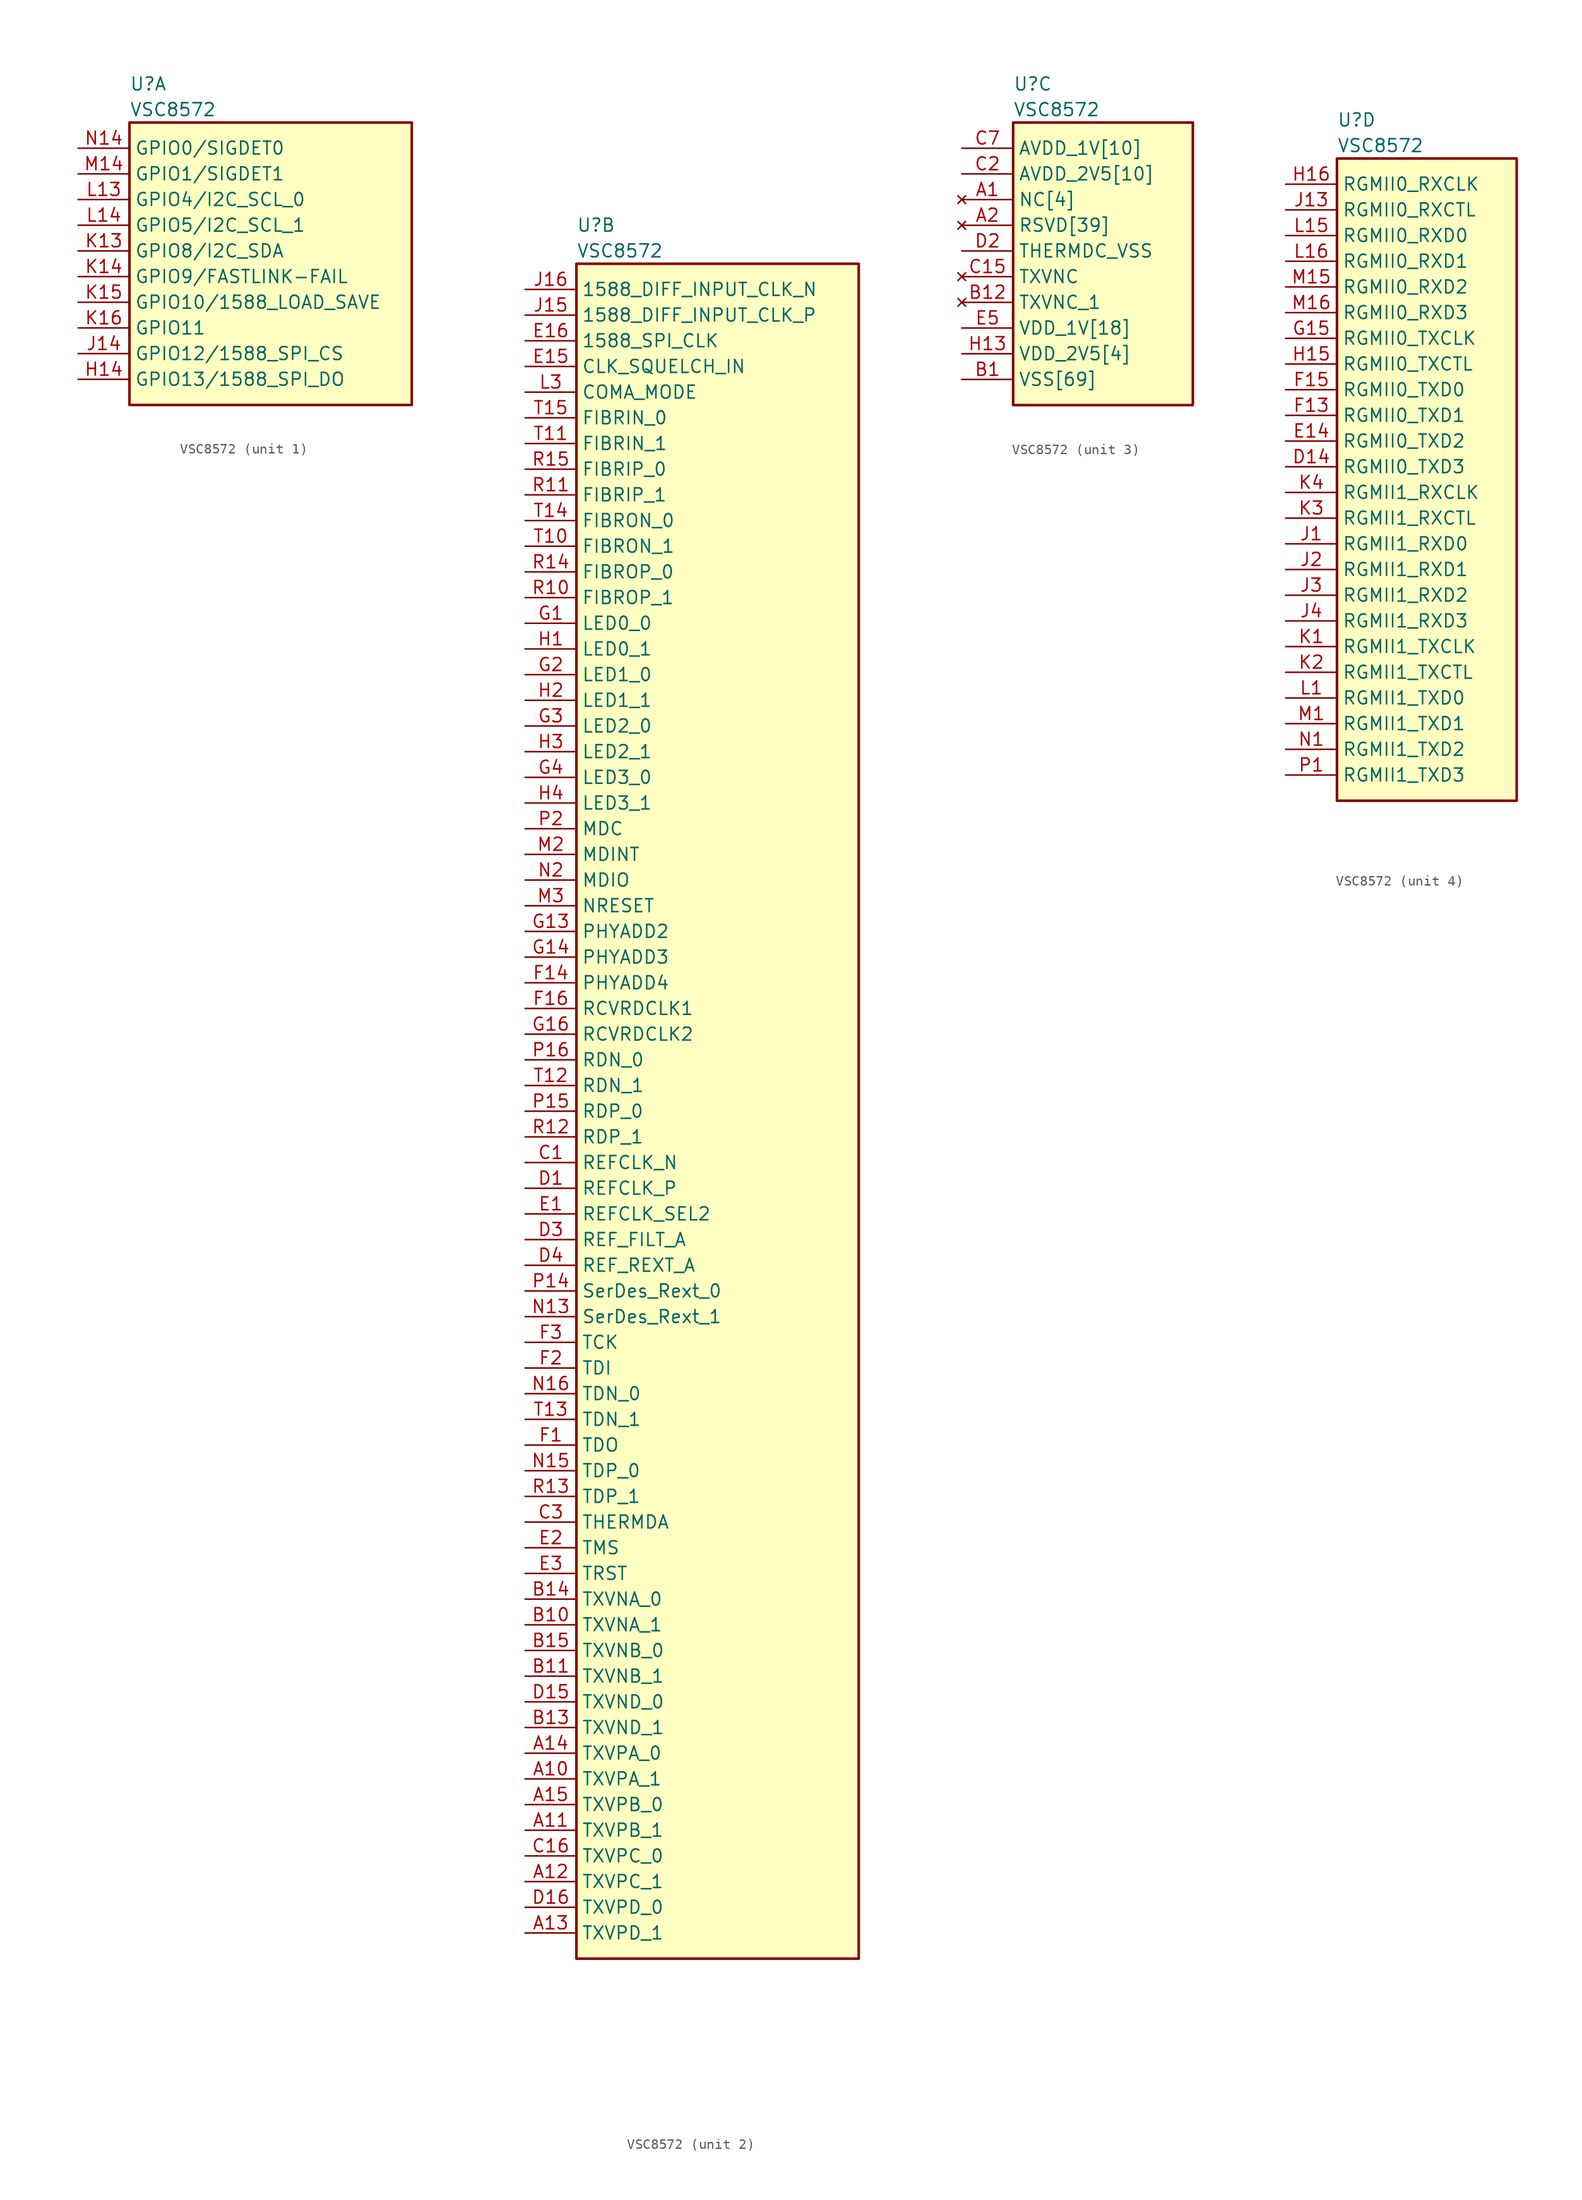
<source format=kicad_sym>
(kicad_symbol_lib
  (version 20211014)
  (generator kicad_symbol_editor)
  (symbol "﻿VSC8572"
    (property "Reference" "U"
      (at 5.08 6.35 0)
      (effects (font (size 1.27 1.27)) (justify left)))
    (property "Value" "﻿VSC8572"
      (at 5.08 3.81 0)
      (effects (font (size 1.27 1.27)) (justify left)))
    (property "ki_locked" ""
      (at 0 0 0)
      (effects (font (size 1.27 1.27))))
    (symbol "﻿VSC8572_1_1"
      (rectangle (start 5.08 2.54) (end 33.02 -25.4) (stroke (width 0.254) (type default) (color 0 0 0 0)) (fill (type background)))
      (pin bidirectional line (at 0 -22.86 0) (length 5.08) (name "GPIO13/1588_SPI_DO" (effects (font (size 1.27 1.27)))) (number "H14" (effects (font (size 1.27 1.27)))))
      (pin bidirectional line (at 0 -20.32 0) (length 5.08) (name "GPIO12/1588_SPI_CS" (effects (font (size 1.27 1.27)))) (number "J14" (effects (font (size 1.27 1.27)))))
      (pin bidirectional line (at 0 -10.16 0) (length 5.08) (name "GPIO8/I2C_SDA" (effects (font (size 1.27 1.27)))) (number "K13" (effects (font (size 1.27 1.27)))))
      (pin bidirectional line (at 0 -12.7 0) (length 5.08) (name "GPIO9/FASTLINK-FAIL" (effects (font (size 1.27 1.27)))) (number "K14" (effects (font (size 1.27 1.27)))))
      (pin bidirectional line (at 0 -15.24 0) (length 5.08) (name "GPIO10/1588_LOAD_SAVE" (effects (font (size 1.27 1.27)))) (number "K15" (effects (font (size 1.27 1.27)))))
      (pin bidirectional line (at 0 -17.78 0) (length 5.08) (name "GPIO11" (effects (font (size 1.27 1.27)))) (number "K16" (effects (font (size 1.27 1.27)))))
      (pin bidirectional line (at 0 -5.08 0) (length 5.08) (name "GPIO4/I2C_SCL_0" (effects (font (size 1.27 1.27)))) (number "L13" (effects (font (size 1.27 1.27)))))
      (pin bidirectional line (at 0 -7.62 0) (length 5.08) (name "GPIO5/I2C_SCL_1" (effects (font (size 1.27 1.27)))) (number "L14" (effects (font (size 1.27 1.27)))))
      (pin bidirectional line (at 0 -2.54 0) (length 5.08) (name "GPIO1/SIGDET1" (effects (font (size 1.27 1.27)))) (number "M14" (effects (font (size 1.27 1.27)))))
      (pin bidirectional line (at 0 0 0) (length 5.08) (name "GPIO0/SIGDET0" (effects (font (size 1.27 1.27)))) (number "N14" (effects (font (size 1.27 1.27))))))
    (symbol "﻿VSC8572_2_1"
      (rectangle (start 5.08 2.54) (end 33.02 -165.1) (stroke (width 0.254) (type default) (color 0 0 0 0)) (fill (type background)))
      (pin bidirectional line (at 0 -147.32 0) (length 5.08) (name "TXVPA_1" (effects (font (size 1.27 1.27)))) (number "A10" (effects (font (size 1.27 1.27)))))
      (pin bidirectional line (at 0 -152.4 0) (length 5.08) (name "TXVPB_1" (effects (font (size 1.27 1.27)))) (number "A11" (effects (font (size 1.27 1.27)))))
      (pin bidirectional line (at 0 -157.48 0) (length 5.08) (name "TXVPC_1" (effects (font (size 1.27 1.27)))) (number "A12" (effects (font (size 1.27 1.27)))))
      (pin bidirectional line (at 0 -162.56 0) (length 5.08) (name "TXVPD_1" (effects (font (size 1.27 1.27)))) (number "A13" (effects (font (size 1.27 1.27)))))
      (pin bidirectional line (at 0 -144.78 0) (length 5.08) (name "TXVPA_0" (effects (font (size 1.27 1.27)))) (number "A14" (effects (font (size 1.27 1.27)))))
      (pin bidirectional line (at 0 -149.86 0) (length 5.08) (name "TXVPB_0" (effects (font (size 1.27 1.27)))) (number "A15" (effects (font (size 1.27 1.27)))))
      (pin bidirectional line (at 0 -132.08 0) (length 5.08) (name "TXVNA_1" (effects (font (size 1.27 1.27)))) (number "B10" (effects (font (size 1.27 1.27)))))
      (pin bidirectional line (at 0 -137.16 0) (length 5.08) (name "TXVNB_1" (effects (font (size 1.27 1.27)))) (number "B11" (effects (font (size 1.27 1.27)))))
      (pin bidirectional line (at 0 -142.24 0) (length 5.08) (name "TXVND_1" (effects (font (size 1.27 1.27)))) (number "B13" (effects (font (size 1.27 1.27)))))
      (pin bidirectional line (at 0 -129.54 0) (length 5.08) (name "TXVNA_0" (effects (font (size 1.27 1.27)))) (number "B14" (effects (font (size 1.27 1.27)))))
      (pin bidirectional line (at 0 -134.62 0) (length 5.08) (name "TXVNB_0" (effects (font (size 1.27 1.27)))) (number "B15" (effects (font (size 1.27 1.27)))))
      (pin bidirectional line (at 0 -86.36 0) (length 5.08) (name "REFCLK_N" (effects (font (size 1.27 1.27)))) (number "C1" (effects (font (size 1.27 1.27)))))
      (pin bidirectional line (at 0 -154.94 0) (length 5.08) (name "TXVPC_0" (effects (font (size 1.27 1.27)))) (number "C16" (effects (font (size 1.27 1.27)))))
      (pin bidirectional line (at 0 -121.92 0) (length 5.08) (name "THERMDA" (effects (font (size 1.27 1.27)))) (number "C3" (effects (font (size 1.27 1.27)))))
      (pin bidirectional line (at 0 -88.9 0) (length 5.08) (name "REFCLK_P" (effects (font (size 1.27 1.27)))) (number "D1" (effects (font (size 1.27 1.27)))))
      (pin bidirectional line (at 0 -139.7 0) (length 5.08) (name "TXVND_0" (effects (font (size 1.27 1.27)))) (number "D15" (effects (font (size 1.27 1.27)))))
      (pin bidirectional line (at 0 -160.02 0) (length 5.08) (name "TXVPD_0" (effects (font (size 1.27 1.27)))) (number "D16" (effects (font (size 1.27 1.27)))))
      (pin bidirectional line (at 0 -93.98 0) (length 5.08) (name "REF_FILT_A" (effects (font (size 1.27 1.27)))) (number "D3" (effects (font (size 1.27 1.27)))))
      (pin bidirectional line (at 0 -96.52 0) (length 5.08) (name "REF_REXT_A" (effects (font (size 1.27 1.27)))) (number "D4" (effects (font (size 1.27 1.27)))))
      (pin bidirectional line (at 0 -91.44 0) (length 5.08) (name "REFCLK_SEL2" (effects (font (size 1.27 1.27)))) (number "E1" (effects (font (size 1.27 1.27)))))
      (pin bidirectional line (at 0 -7.62 0) (length 5.08) (name "CLK_SQUELCH_IN" (effects (font (size 1.27 1.27)))) (number "E15" (effects (font (size 1.27 1.27)))))
      (pin bidirectional line (at 0 -5.08 0) (length 5.08) (name "1588_SPI_CLK" (effects (font (size 1.27 1.27)))) (number "E16" (effects (font (size 1.27 1.27)))))
      (pin bidirectional line (at 0 -124.46 0) (length 5.08) (name "TMS" (effects (font (size 1.27 1.27)))) (number "E2" (effects (font (size 1.27 1.27)))))
      (pin bidirectional line (at 0 -127 0) (length 5.08) (name "TRST" (effects (font (size 1.27 1.27)))) (number "E3" (effects (font (size 1.27 1.27)))))
      (pin bidirectional line (at 0 -114.3 0) (length 5.08) (name "TDO" (effects (font (size 1.27 1.27)))) (number "F1" (effects (font (size 1.27 1.27)))))
      (pin bidirectional line (at 0 -68.58 0) (length 5.08) (name "PHYADD4" (effects (font (size 1.27 1.27)))) (number "F14" (effects (font (size 1.27 1.27)))))
      (pin bidirectional line (at 0 -71.12 0) (length 5.08) (name "RCVRDCLK1" (effects (font (size 1.27 1.27)))) (number "F16" (effects (font (size 1.27 1.27)))))
      (pin bidirectional line (at 0 -106.68 0) (length 5.08) (name "TDI" (effects (font (size 1.27 1.27)))) (number "F2" (effects (font (size 1.27 1.27)))))
      (pin bidirectional line (at 0 -104.14 0) (length 5.08) (name "TCK" (effects (font (size 1.27 1.27)))) (number "F3" (effects (font (size 1.27 1.27)))))
      (pin bidirectional line (at 0 -33.02 0) (length 5.08) (name "LED0_0" (effects (font (size 1.27 1.27)))) (number "G1" (effects (font (size 1.27 1.27)))))
      (pin bidirectional line (at 0 -63.5 0) (length 5.08) (name "PHYADD2" (effects (font (size 1.27 1.27)))) (number "G13" (effects (font (size 1.27 1.27)))))
      (pin bidirectional line (at 0 -66.04 0) (length 5.08) (name "PHYADD3" (effects (font (size 1.27 1.27)))) (number "G14" (effects (font (size 1.27 1.27)))))
      (pin bidirectional line (at 0 -73.66 0) (length 5.08) (name "RCVRDCLK2" (effects (font (size 1.27 1.27)))) (number "G16" (effects (font (size 1.27 1.27)))))
      (pin bidirectional line (at 0 -38.1 0) (length 5.08) (name "LED1_0" (effects (font (size 1.27 1.27)))) (number "G2" (effects (font (size 1.27 1.27)))))
      (pin bidirectional line (at 0 -43.18 0) (length 5.08) (name "LED2_0" (effects (font (size 1.27 1.27)))) (number "G3" (effects (font (size 1.27 1.27)))))
      (pin bidirectional line (at 0 -48.26 0) (length 5.08) (name "LED3_0" (effects (font (size 1.27 1.27)))) (number "G4" (effects (font (size 1.27 1.27)))))
      (pin bidirectional line (at 0 -35.56 0) (length 5.08) (name "LED0_1" (effects (font (size 1.27 1.27)))) (number "H1" (effects (font (size 1.27 1.27)))))
      (pin bidirectional line (at 0 -40.64 0) (length 5.08) (name "LED1_1" (effects (font (size 1.27 1.27)))) (number "H2" (effects (font (size 1.27 1.27)))))
      (pin bidirectional line (at 0 -45.72 0) (length 5.08) (name "LED2_1" (effects (font (size 1.27 1.27)))) (number "H3" (effects (font (size 1.27 1.27)))))
      (pin bidirectional line (at 0 -50.8 0) (length 5.08) (name "LED3_1" (effects (font (size 1.27 1.27)))) (number "H4" (effects (font (size 1.27 1.27)))))
      (pin bidirectional line (at 0 -2.54 0) (length 5.08) (name "1588_DIFF_INPUT_CLK_P" (effects (font (size 1.27 1.27)))) (number "J15" (effects (font (size 1.27 1.27)))))
      (pin bidirectional line (at 0 0 0) (length 5.08) (name "1588_DIFF_INPUT_CLK_N" (effects (font (size 1.27 1.27)))) (number "J16" (effects (font (size 1.27 1.27)))))
      (pin bidirectional line (at 0 -10.16 0) (length 5.08) (name "COMA_MODE" (effects (font (size 1.27 1.27)))) (number "L3" (effects (font (size 1.27 1.27)))))
      (pin bidirectional line (at 0 -55.88 0) (length 5.08) (name "MDINT" (effects (font (size 1.27 1.27)))) (number "M2" (effects (font (size 1.27 1.27)))))
      (pin bidirectional line (at 0 -60.96 0) (length 5.08) (name "NRESET" (effects (font (size 1.27 1.27)))) (number "M3" (effects (font (size 1.27 1.27)))))
      (pin bidirectional line (at 0 -101.6 0) (length 5.08) (name "SerDes_Rext_1" (effects (font (size 1.27 1.27)))) (number "N13" (effects (font (size 1.27 1.27)))))
      (pin bidirectional line (at 0 -116.84 0) (length 5.08) (name "TDP_0" (effects (font (size 1.27 1.27)))) (number "N15" (effects (font (size 1.27 1.27)))))
      (pin bidirectional line (at 0 -109.22 0) (length 5.08) (name "TDN_0" (effects (font (size 1.27 1.27)))) (number "N16" (effects (font (size 1.27 1.27)))))
      (pin bidirectional line (at 0 -58.42 0) (length 5.08) (name "MDIO" (effects (font (size 1.27 1.27)))) (number "N2" (effects (font (size 1.27 1.27)))))
      (pin bidirectional line (at 0 -99.06 0) (length 5.08) (name "SerDes_Rext_0" (effects (font (size 1.27 1.27)))) (number "P14" (effects (font (size 1.27 1.27)))))
      (pin bidirectional line (at 0 -81.28 0) (length 5.08) (name "RDP_0" (effects (font (size 1.27 1.27)))) (number "P15" (effects (font (size 1.27 1.27)))))
      (pin bidirectional line (at 0 -76.2 0) (length 5.08) (name "RDN_0" (effects (font (size 1.27 1.27)))) (number "P16" (effects (font (size 1.27 1.27)))))
      (pin bidirectional line (at 0 -53.34 0) (length 5.08) (name "MDC" (effects (font (size 1.27 1.27)))) (number "P2" (effects (font (size 1.27 1.27)))))
      (pin bidirectional line (at 0 -30.48 0) (length 5.08) (name "FIBROP_1" (effects (font (size 1.27 1.27)))) (number "R10" (effects (font (size 1.27 1.27)))))
      (pin bidirectional line (at 0 -20.32 0) (length 5.08) (name "FIBRIP_1" (effects (font (size 1.27 1.27)))) (number "R11" (effects (font (size 1.27 1.27)))))
      (pin bidirectional line (at 0 -83.82 0) (length 5.08) (name "RDP_1" (effects (font (size 1.27 1.27)))) (number "R12" (effects (font (size 1.27 1.27)))))
      (pin bidirectional line (at 0 -119.38 0) (length 5.08) (name "TDP_1" (effects (font (size 1.27 1.27)))) (number "R13" (effects (font (size 1.27 1.27)))))
      (pin bidirectional line (at 0 -27.94 0) (length 5.08) (name "FIBROP_0" (effects (font (size 1.27 1.27)))) (number "R14" (effects (font (size 1.27 1.27)))))
      (pin bidirectional line (at 0 -17.78 0) (length 5.08) (name "FIBRIP_0" (effects (font (size 1.27 1.27)))) (number "R15" (effects (font (size 1.27 1.27)))))
      (pin bidirectional line (at 0 -25.4 0) (length 5.08) (name "FIBRON_1" (effects (font (size 1.27 1.27)))) (number "T10" (effects (font (size 1.27 1.27)))))
      (pin bidirectional line (at 0 -15.24 0) (length 5.08) (name "FIBRIN_1" (effects (font (size 1.27 1.27)))) (number "T11" (effects (font (size 1.27 1.27)))))
      (pin bidirectional line (at 0 -78.74 0) (length 5.08) (name "RDN_1" (effects (font (size 1.27 1.27)))) (number "T12" (effects (font (size 1.27 1.27)))))
      (pin bidirectional line (at 0 -111.76 0) (length 5.08) (name "TDN_1" (effects (font (size 1.27 1.27)))) (number "T13" (effects (font (size 1.27 1.27)))))
      (pin bidirectional line (at 0 -22.86 0) (length 5.08) (name "FIBRON_0" (effects (font (size 1.27 1.27)))) (number "T14" (effects (font (size 1.27 1.27)))))
      (pin bidirectional line (at 0 -12.7 0) (length 5.08) (name "FIBRIN_0" (effects (font (size 1.27 1.27)))) (number "T15" (effects (font (size 1.27 1.27))))))
    (symbol "﻿VSC8572_3_1"
      (rectangle (start 5.08 2.54) (end 22.86 -25.4) (stroke (width 0.254) (type default) (color 0 0 0 0)) (fill (type background)))
      (pin no_connect line (at 0 -5.08 0) (length 5.08) (name "NC[4]" (effects (font (size 1.27 1.27)))) (number "A1" (effects (font (size 1.27 1.27)))))
      (pin no_connect line (at 0 -5.055 0) (length 5.08) hide (name "NC[4]" (effects (font (size 1.27 1.27)))) (number "A16" (effects (font (size 1.27 1.27)))))
      (pin no_connect line (at 0 -7.62 0) (length 5.08) (name "RSVD[39]" (effects (font (size 1.27 1.27)))) (number "A2" (effects (font (size 1.27 1.27)))))
      (pin no_connect line (at 0 -7.595 0) (length 5.08) hide (name "RSVD[39]" (effects (font (size 1.27 1.27)))) (number "A3" (effects (font (size 1.27 1.27)))))
      (pin no_connect line (at 0.025 -7.595 0) (length 5.08) hide (name "RSVD[39]" (effects (font (size 1.27 1.27)))) (number "A4" (effects (font (size 1.27 1.27)))))
      (pin no_connect line (at 0.051 -7.595 0) (length 5.08) hide (name "RSVD[39]" (effects (font (size 1.27 1.27)))) (number "A5" (effects (font (size 1.27 1.27)))))
      (pin no_connect line (at 0.076 -7.595 0) (length 5.08) hide (name "RSVD[39]" (effects (font (size 1.27 1.27)))) (number "A6" (effects (font (size 1.27 1.27)))))
      (pin no_connect line (at 0.102 -7.595 0) (length 5.08) hide (name "RSVD[39]" (effects (font (size 1.27 1.27)))) (number "A7" (effects (font (size 1.27 1.27)))))
      (pin no_connect line (at 0.127 -7.595 0) (length 5.08) hide (name "RSVD[39]" (effects (font (size 1.27 1.27)))) (number "A8" (effects (font (size 1.27 1.27)))))
      (pin no_connect line (at 0.152 -7.595 0) (length 5.08) hide (name "RSVD[39]" (effects (font (size 1.27 1.27)))) (number "A9" (effects (font (size 1.27 1.27)))))
      (pin power_in line (at 0 -22.86 0) (length 5.08) (name "VSS[69]" (effects (font (size 1.27 1.27)))) (number "B1" (effects (font (size 1.27 1.27)))))
      (pin no_connect line (at 0 -15.24 0) (length 5.08) (name "TXVNC_1" (effects (font (size 1.27 1.27)))) (number "B12" (effects (font (size 1.27 1.27)))))
      (pin passive line (at 0 -22.86 0) (length 5.08) hide (name "VSS[69]" (effects (font (size 1.27 1.27)))) (number "B16" (effects (font (size 1.27 1.27)))))
      (pin no_connect line (at 0.178 -7.595 0) (length 5.08) hide (name "RSVD[39]" (effects (font (size 1.27 1.27)))) (number "B2" (effects (font (size 1.27 1.27)))))
      (pin no_connect line (at 0.203 -7.595 0) (length 5.08) hide (name "RSVD[39]" (effects (font (size 1.27 1.27)))) (number "B3" (effects (font (size 1.27 1.27)))))
      (pin no_connect line (at 0.229 -7.595 0) (length 5.08) hide (name "RSVD[39]" (effects (font (size 1.27 1.27)))) (number "B4" (effects (font (size 1.27 1.27)))))
      (pin no_connect line (at 0.254 -7.595 0) (length 5.08) hide (name "RSVD[39]" (effects (font (size 1.27 1.27)))) (number "B5" (effects (font (size 1.27 1.27)))))
      (pin no_connect line (at 0.279 -7.595 0) (length 5.08) hide (name "RSVD[39]" (effects (font (size 1.27 1.27)))) (number "B6" (effects (font (size 1.27 1.27)))))
      (pin no_connect line (at 0.305 -7.595 0) (length 5.08) hide (name "RSVD[39]" (effects (font (size 1.27 1.27)))) (number "B7" (effects (font (size 1.27 1.27)))))
      (pin no_connect line (at 0.33 -7.595 0) (length 5.08) hide (name "RSVD[39]" (effects (font (size 1.27 1.27)))) (number "B8" (effects (font (size 1.27 1.27)))))
      (pin no_connect line (at 0.356 -7.595 0) (length 5.08) hide (name "RSVD[39]" (effects (font (size 1.27 1.27)))) (number "B9" (effects (font (size 1.27 1.27)))))
      (pin no_connect line (at 0.381 -7.595 0) (length 5.08) hide (name "RSVD[39]" (effects (font (size 1.27 1.27)))) (number "C10" (effects (font (size 1.27 1.27)))))
      (pin passive line (at 0 -2.54 0) (length 5.08) hide (name "AVDD_2V5[10]" (effects (font (size 1.27 1.27)))) (number "C11" (effects (font (size 1.27 1.27)))))
      (pin passive line (at 0 -22.86 0) (length 5.08) hide (name "VSS[69]" (effects (font (size 1.27 1.27)))) (number "C12" (effects (font (size 1.27 1.27)))))
      (pin passive line (at 0 0 0) (length 5.08) hide (name "AVDD_1V[10]" (effects (font (size 1.27 1.27)))) (number "C13" (effects (font (size 1.27 1.27)))))
      (pin passive line (at 0 -2.54 0) (length 5.08) hide (name "AVDD_2V5[10]" (effects (font (size 1.27 1.27)))) (number "C14" (effects (font (size 1.27 1.27)))))
      (pin no_connect line (at 0 -12.7 0) (length 5.08) (name "TXVNC" (effects (font (size 1.27 1.27)))) (number "C15" (effects (font (size 1.27 1.27)))))
      (pin power_in line (at 0 -2.54 0) (length 5.08) (name "AVDD_2V5[10]" (effects (font (size 1.27 1.27)))) (number "C2" (effects (font (size 1.27 1.27)))))
      (pin passive line (at 0 -2.54 0) (length 5.08) hide (name "AVDD_2V5[10]" (effects (font (size 1.27 1.27)))) (number "C4" (effects (font (size 1.27 1.27)))))
      (pin passive line (at 0 -22.86 0) (length 5.08) hide (name "VSS[69]" (effects (font (size 1.27 1.27)))) (number "C5" (effects (font (size 1.27 1.27)))))
      (pin passive line (at 0 -2.54 0) (length 5.08) hide (name "AVDD_2V5[10]" (effects (font (size 1.27 1.27)))) (number "C6" (effects (font (size 1.27 1.27)))))
      (pin power_in line (at 0 0 0) (length 5.08) (name "AVDD_1V[10]" (effects (font (size 1.27 1.27)))) (number "C7" (effects (font (size 1.27 1.27)))))
      (pin passive line (at 0 0 0) (length 5.08) hide (name "AVDD_1V[10]" (effects (font (size 1.27 1.27)))) (number "C8" (effects (font (size 1.27 1.27)))))
      (pin passive line (at 0 0 0) (length 5.08) hide (name "AVDD_1V[10]" (effects (font (size 1.27 1.27)))) (number "C9" (effects (font (size 1.27 1.27)))))
      (pin passive line (at 0 -22.86 0) (length 5.08) hide (name "VSS[69]" (effects (font (size 1.27 1.27)))) (number "D10" (effects (font (size 1.27 1.27)))))
      (pin passive line (at 0 -22.86 0) (length 5.08) hide (name "VSS[69]" (effects (font (size 1.27 1.27)))) (number "D11" (effects (font (size 1.27 1.27)))))
      (pin passive line (at 0 -22.86 0) (length 5.08) hide (name "VSS[69]" (effects (font (size 1.27 1.27)))) (number "D12" (effects (font (size 1.27 1.27)))))
      (pin no_connect line (at 0.406 -7.595 0) (length 5.08) hide (name "RSVD[39]" (effects (font (size 1.27 1.27)))) (number "D13" (effects (font (size 1.27 1.27)))))
      (pin power_in line (at 0 -10.16 0) (length 5.08) (name "THERMDC_VSS" (effects (font (size 1.27 1.27)))) (number "D2" (effects (font (size 1.27 1.27)))))
      (pin passive line (at 0 -22.86 0) (length 5.08) hide (name "VSS[69]" (effects (font (size 1.27 1.27)))) (number "D5" (effects (font (size 1.27 1.27)))))
      (pin passive line (at 0 -22.86 0) (length 5.08) hide (name "VSS[69]" (effects (font (size 1.27 1.27)))) (number "D6" (effects (font (size 1.27 1.27)))))
      (pin passive line (at 0 -22.86 0) (length 5.08) hide (name "VSS[69]" (effects (font (size 1.27 1.27)))) (number "D7" (effects (font (size 1.27 1.27)))))
      (pin passive line (at 0 -22.86 0) (length 5.08) hide (name "VSS[69]" (effects (font (size 1.27 1.27)))) (number "D8" (effects (font (size 1.27 1.27)))))
      (pin passive line (at 0 -22.86 0) (length 5.08) hide (name "VSS[69]" (effects (font (size 1.27 1.27)))) (number "D9" (effects (font (size 1.27 1.27)))))
      (pin passive line (at 0 -22.86 0) (length 5.08) hide (name "VSS[69]" (effects (font (size 1.27 1.27)))) (number "E10" (effects (font (size 1.27 1.27)))))
      (pin passive line (at 0 -22.86 0) (length 5.08) hide (name "VSS[69]" (effects (font (size 1.27 1.27)))) (number "E11" (effects (font (size 1.27 1.27)))))
      (pin passive line (at 0 -17.78 0) (length 5.08) hide (name "VDD_1V[18]" (effects (font (size 1.27 1.27)))) (number "E12" (effects (font (size 1.27 1.27)))))
      (pin passive line (at 0 -2.54 0) (length 5.08) hide (name "AVDD_2V5[10]" (effects (font (size 1.27 1.27)))) (number "E13" (effects (font (size 1.27 1.27)))))
      (pin passive line (at 0 -2.54 0) (length 5.08) hide (name "AVDD_2V5[10]" (effects (font (size 1.27 1.27)))) (number "E4" (effects (font (size 1.27 1.27)))))
      (pin power_in line (at 0 -17.78 0) (length 5.08) (name "VDD_1V[18]" (effects (font (size 1.27 1.27)))) (number "E5" (effects (font (size 1.27 1.27)))))
      (pin passive line (at 0 -22.86 0) (length 5.08) hide (name "VSS[69]" (effects (font (size 1.27 1.27)))) (number "E6" (effects (font (size 1.27 1.27)))))
      (pin passive line (at 0 -22.86 0) (length 5.08) hide (name "VSS[69]" (effects (font (size 1.27 1.27)))) (number "E7" (effects (font (size 1.27 1.27)))))
      (pin passive line (at 0 -22.86 0) (length 5.08) hide (name "VSS[69]" (effects (font (size 1.27 1.27)))) (number "E8" (effects (font (size 1.27 1.27)))))
      (pin passive line (at 0 -22.86 0) (length 5.08) hide (name "VSS[69]" (effects (font (size 1.27 1.27)))) (number "E9" (effects (font (size 1.27 1.27)))))
      (pin passive line (at 0 -22.86 0) (length 5.08) hide (name "VSS[69]" (effects (font (size 1.27 1.27)))) (number "F10" (effects (font (size 1.27 1.27)))))
      (pin passive line (at 0 -22.86 0) (length 5.08) hide (name "VSS[69]" (effects (font (size 1.27 1.27)))) (number "F11" (effects (font (size 1.27 1.27)))))
      (pin passive line (at 0 -17.78 0) (length 5.08) hide (name "VDD_1V[18]" (effects (font (size 1.27 1.27)))) (number "F12" (effects (font (size 1.27 1.27)))))
      (pin passive line (at 0 -22.86 0) (length 5.08) hide (name "VSS[69]" (effects (font (size 1.27 1.27)))) (number "F4" (effects (font (size 1.27 1.27)))))
      (pin passive line (at 0 -17.78 0) (length 5.08) hide (name "VDD_1V[18]" (effects (font (size 1.27 1.27)))) (number "F5" (effects (font (size 1.27 1.27)))))
      (pin passive line (at 0 -22.86 0) (length 5.08) hide (name "VSS[69]" (effects (font (size 1.27 1.27)))) (number "F6" (effects (font (size 1.27 1.27)))))
      (pin passive line (at 0 -22.86 0) (length 5.08) hide (name "VSS[69]" (effects (font (size 1.27 1.27)))) (number "F7" (effects (font (size 1.27 1.27)))))
      (pin passive line (at 0 -22.86 0) (length 5.08) hide (name "VSS[69]" (effects (font (size 1.27 1.27)))) (number "F8" (effects (font (size 1.27 1.27)))))
      (pin passive line (at 0 -22.86 0) (length 5.08) hide (name "VSS[69]" (effects (font (size 1.27 1.27)))) (number "F9" (effects (font (size 1.27 1.27)))))
      (pin passive line (at 0 -22.86 0) (length 5.08) hide (name "VSS[69]" (effects (font (size 1.27 1.27)))) (number "G10" (effects (font (size 1.27 1.27)))))
      (pin passive line (at 0 -22.86 0) (length 5.08) hide (name "VSS[69]" (effects (font (size 1.27 1.27)))) (number "G11" (effects (font (size 1.27 1.27)))))
      (pin passive line (at 0 -17.78 0) (length 5.08) hide (name "VDD_1V[18]" (effects (font (size 1.27 1.27)))) (number "G12" (effects (font (size 1.27 1.27)))))
      (pin passive line (at 0 -17.78 0) (length 5.08) hide (name "VDD_1V[18]" (effects (font (size 1.27 1.27)))) (number "G5" (effects (font (size 1.27 1.27)))))
      (pin passive line (at 0 -22.86 0) (length 5.08) hide (name "VSS[69]" (effects (font (size 1.27 1.27)))) (number "G6" (effects (font (size 1.27 1.27)))))
      (pin passive line (at 0 -22.86 0) (length 5.08) hide (name "VSS[69]" (effects (font (size 1.27 1.27)))) (number "G7" (effects (font (size 1.27 1.27)))))
      (pin passive line (at 0 -22.86 0) (length 5.08) hide (name "VSS[69]" (effects (font (size 1.27 1.27)))) (number "G8" (effects (font (size 1.27 1.27)))))
      (pin passive line (at 0 -22.86 0) (length 5.08) hide (name "VSS[69]" (effects (font (size 1.27 1.27)))) (number "G9" (effects (font (size 1.27 1.27)))))
      (pin passive line (at 0 -22.86 0) (length 5.08) hide (name "VSS[69]" (effects (font (size 1.27 1.27)))) (number "H10" (effects (font (size 1.27 1.27)))))
      (pin passive line (at 0 -22.86 0) (length 5.08) hide (name "VSS[69]" (effects (font (size 1.27 1.27)))) (number "H11" (effects (font (size 1.27 1.27)))))
      (pin passive line (at 0 -17.78 0) (length 5.08) hide (name "VDD_1V[18]" (effects (font (size 1.27 1.27)))) (number "H12" (effects (font (size 1.27 1.27)))))
      (pin power_in line (at 0 -20.32 0) (length 5.08) (name "VDD_2V5[4]" (effects (font (size 1.27 1.27)))) (number "H13" (effects (font (size 1.27 1.27)))))
      (pin passive line (at 0 -17.78 0) (length 5.08) hide (name "VDD_1V[18]" (effects (font (size 1.27 1.27)))) (number "H5" (effects (font (size 1.27 1.27)))))
      (pin passive line (at 0 -22.86 0) (length 5.08) hide (name "VSS[69]" (effects (font (size 1.27 1.27)))) (number "H6" (effects (font (size 1.27 1.27)))))
      (pin passive line (at 0 -22.86 0) (length 5.08) hide (name "VSS[69]" (effects (font (size 1.27 1.27)))) (number "H7" (effects (font (size 1.27 1.27)))))
      (pin passive line (at 0 -22.86 0) (length 5.08) hide (name "VSS[69]" (effects (font (size 1.27 1.27)))) (number "H8" (effects (font (size 1.27 1.27)))))
      (pin passive line (at 0 -22.86 0) (length 5.08) hide (name "VSS[69]" (effects (font (size 1.27 1.27)))) (number "H9" (effects (font (size 1.27 1.27)))))
      (pin passive line (at 0 -22.86 0) (length 5.08) hide (name "VSS[69]" (effects (font (size 1.27 1.27)))) (number "J10" (effects (font (size 1.27 1.27)))))
      (pin passive line (at 0 -22.86 0) (length 5.08) hide (name "VSS[69]" (effects (font (size 1.27 1.27)))) (number "J11" (effects (font (size 1.27 1.27)))))
      (pin passive line (at 0 -17.78 0) (length 5.08) hide (name "VDD_1V[18]" (effects (font (size 1.27 1.27)))) (number "J12" (effects (font (size 1.27 1.27)))))
      (pin passive line (at 0 -17.78 0) (length 5.08) hide (name "VDD_1V[18]" (effects (font (size 1.27 1.27)))) (number "J5" (effects (font (size 1.27 1.27)))))
      (pin passive line (at 0 -22.86 0) (length 5.08) hide (name "VSS[69]" (effects (font (size 1.27 1.27)))) (number "J6" (effects (font (size 1.27 1.27)))))
      (pin passive line (at 0 -22.86 0) (length 5.08) hide (name "VSS[69]" (effects (font (size 1.27 1.27)))) (number "J7" (effects (font (size 1.27 1.27)))))
      (pin passive line (at 0 -22.86 0) (length 5.08) hide (name "VSS[69]" (effects (font (size 1.27 1.27)))) (number "J8" (effects (font (size 1.27 1.27)))))
      (pin passive line (at 0 -22.86 0) (length 5.08) hide (name "VSS[69]" (effects (font (size 1.27 1.27)))) (number "J9" (effects (font (size 1.27 1.27)))))
      (pin passive line (at 0 -22.86 0) (length 5.08) hide (name "VSS[69]" (effects (font (size 1.27 1.27)))) (number "K10" (effects (font (size 1.27 1.27)))))
      (pin passive line (at 0 -22.86 0) (length 5.08) hide (name "VSS[69]" (effects (font (size 1.27 1.27)))) (number "K11" (effects (font (size 1.27 1.27)))))
      (pin passive line (at 0 -17.78 0) (length 5.08) hide (name "VDD_1V[18]" (effects (font (size 1.27 1.27)))) (number "K12" (effects (font (size 1.27 1.27)))))
      (pin passive line (at 0 -17.78 0) (length 5.08) hide (name "VDD_1V[18]" (effects (font (size 1.27 1.27)))) (number "K5" (effects (font (size 1.27 1.27)))))
      (pin passive line (at 0 -22.86 0) (length 5.08) hide (name "VSS[69]" (effects (font (size 1.27 1.27)))) (number "K6" (effects (font (size 1.27 1.27)))))
      (pin passive line (at 0 -22.86 0) (length 5.08) hide (name "VSS[69]" (effects (font (size 1.27 1.27)))) (number "K7" (effects (font (size 1.27 1.27)))))
      (pin passive line (at 0 -22.86 0) (length 5.08) hide (name "VSS[69]" (effects (font (size 1.27 1.27)))) (number "K8" (effects (font (size 1.27 1.27)))))
      (pin passive line (at 0 -22.86 0) (length 5.08) hide (name "VSS[69]" (effects (font (size 1.27 1.27)))) (number "K9" (effects (font (size 1.27 1.27)))))
      (pin passive line (at 0 -22.86 0) (length 5.08) hide (name "VSS[69]" (effects (font (size 1.27 1.27)))) (number "L10" (effects (font (size 1.27 1.27)))))
      (pin passive line (at 0 -22.86 0) (length 5.08) hide (name "VSS[69]" (effects (font (size 1.27 1.27)))) (number "L11" (effects (font (size 1.27 1.27)))))
      (pin passive line (at 0 -17.78 0) (length 5.08) hide (name "VDD_1V[18]" (effects (font (size 1.27 1.27)))) (number "L12" (effects (font (size 1.27 1.27)))))
      (pin no_connect line (at 0.432 -7.595 0) (length 5.08) hide (name "RSVD[39]" (effects (font (size 1.27 1.27)))) (number "L2" (effects (font (size 1.27 1.27)))))
      (pin no_connect line (at 0.457 -7.595 0) (length 5.08) hide (name "RSVD[39]" (effects (font (size 1.27 1.27)))) (number "L4" (effects (font (size 1.27 1.27)))))
      (pin passive line (at 0 -17.78 0) (length 5.08) hide (name "VDD_1V[18]" (effects (font (size 1.27 1.27)))) (number "L5" (effects (font (size 1.27 1.27)))))
      (pin passive line (at 0 -22.86 0) (length 5.08) hide (name "VSS[69]" (effects (font (size 1.27 1.27)))) (number "L6" (effects (font (size 1.27 1.27)))))
      (pin passive line (at 0 -22.86 0) (length 5.08) hide (name "VSS[69]" (effects (font (size 1.27 1.27)))) (number "L7" (effects (font (size 1.27 1.27)))))
      (pin passive line (at 0 -22.86 0) (length 5.08) hide (name "VSS[69]" (effects (font (size 1.27 1.27)))) (number "L8" (effects (font (size 1.27 1.27)))))
      (pin passive line (at 0 -22.86 0) (length 5.08) hide (name "VSS[69]" (effects (font (size 1.27 1.27)))) (number "L9" (effects (font (size 1.27 1.27)))))
      (pin passive line (at 0 -22.86 0) (length 5.08) hide (name "VSS[69]" (effects (font (size 1.27 1.27)))) (number "M10" (effects (font (size 1.27 1.27)))))
      (pin passive line (at 0 -22.86 0) (length 5.08) hide (name "VSS[69]" (effects (font (size 1.27 1.27)))) (number "M11" (effects (font (size 1.27 1.27)))))
      (pin passive line (at 0 -17.78 0) (length 5.08) hide (name "VDD_1V[18]" (effects (font (size 1.27 1.27)))) (number "M12" (effects (font (size 1.27 1.27)))))
      (pin passive line (at 0 -20.32 0) (length 5.08) hide (name "VDD_2V5[4]" (effects (font (size 1.27 1.27)))) (number "M13" (effects (font (size 1.27 1.27)))))
      (pin passive line (at 0 -20.32 0) (length 5.08) hide (name "VDD_2V5[4]" (effects (font (size 1.27 1.27)))) (number "M4" (effects (font (size 1.27 1.27)))))
      (pin passive line (at 0 -17.78 0) (length 5.08) hide (name "VDD_1V[18]" (effects (font (size 1.27 1.27)))) (number "M5" (effects (font (size 1.27 1.27)))))
      (pin passive line (at 0 -22.86 0) (length 5.08) hide (name "VSS[69]" (effects (font (size 1.27 1.27)))) (number "M6" (effects (font (size 1.27 1.27)))))
      (pin passive line (at 0 -22.86 0) (length 5.08) hide (name "VSS[69]" (effects (font (size 1.27 1.27)))) (number "M7" (effects (font (size 1.27 1.27)))))
      (pin passive line (at 0 -22.86 0) (length 5.08) hide (name "VSS[69]" (effects (font (size 1.27 1.27)))) (number "M8" (effects (font (size 1.27 1.27)))))
      (pin passive line (at 0 -22.86 0) (length 5.08) hide (name "VSS[69]" (effects (font (size 1.27 1.27)))) (number "M9" (effects (font (size 1.27 1.27)))))
      (pin passive line (at 0 -22.86 0) (length 5.08) hide (name "VSS[69]" (effects (font (size 1.27 1.27)))) (number "N10" (effects (font (size 1.27 1.27)))))
      (pin passive line (at 0 -22.86 0) (length 5.08) hide (name "VSS[69]" (effects (font (size 1.27 1.27)))) (number "N11" (effects (font (size 1.27 1.27)))))
      (pin passive line (at 0 -17.78 0) (length 5.08) hide (name "VDD_1V[18]" (effects (font (size 1.27 1.27)))) (number "N12" (effects (font (size 1.27 1.27)))))
      (pin no_connect line (at 0.483 -7.595 0) (length 5.08) hide (name "RSVD[39]" (effects (font (size 1.27 1.27)))) (number "N3" (effects (font (size 1.27 1.27)))))
      (pin no_connect line (at 0.508 -7.595 0) (length 5.08) hide (name "RSVD[39]" (effects (font (size 1.27 1.27)))) (number "N4" (effects (font (size 1.27 1.27)))))
      (pin passive line (at 0 -17.78 0) (length 5.08) hide (name "VDD_1V[18]" (effects (font (size 1.27 1.27)))) (number "N5" (effects (font (size 1.27 1.27)))))
      (pin passive line (at 0 -22.86 0) (length 5.08) hide (name "VSS[69]" (effects (font (size 1.27 1.27)))) (number "N6" (effects (font (size 1.27 1.27)))))
      (pin passive line (at 0 -22.86 0) (length 5.08) hide (name "VSS[69]" (effects (font (size 1.27 1.27)))) (number "N7" (effects (font (size 1.27 1.27)))))
      (pin passive line (at 0 -22.86 0) (length 5.08) hide (name "VSS[69]" (effects (font (size 1.27 1.27)))) (number "N8" (effects (font (size 1.27 1.27)))))
      (pin passive line (at 0 -22.86 0) (length 5.08) hide (name "VSS[69]" (effects (font (size 1.27 1.27)))) (number "N9" (effects (font (size 1.27 1.27)))))
      (pin passive line (at 0 0 0) (length 5.08) hide (name "AVDD_1V[10]" (effects (font (size 1.27 1.27)))) (number "P10" (effects (font (size 1.27 1.27)))))
      (pin passive line (at 0 0 0) (length 5.08) hide (name "AVDD_1V[10]" (effects (font (size 1.27 1.27)))) (number "P11" (effects (font (size 1.27 1.27)))))
      (pin passive line (at 0 -2.54 0) (length 5.08) hide (name "AVDD_2V5[10]" (effects (font (size 1.27 1.27)))) (number "P12" (effects (font (size 1.27 1.27)))))
      (pin passive line (at 0 -2.54 0) (length 5.08) hide (name "AVDD_2V5[10]" (effects (font (size 1.27 1.27)))) (number "P13" (effects (font (size 1.27 1.27)))))
      (pin passive line (at 0 -20.32 0) (length 5.08) hide (name "VDD_2V5[4]" (effects (font (size 1.27 1.27)))) (number "P3" (effects (font (size 1.27 1.27)))))
      (pin no_connect line (at 0.533 -7.595 0) (length 5.08) hide (name "RSVD[39]" (effects (font (size 1.27 1.27)))) (number "P4" (effects (font (size 1.27 1.27)))))
      (pin passive line (at 0 -2.54 0) (length 5.08) hide (name "AVDD_2V5[10]" (effects (font (size 1.27 1.27)))) (number "P5" (effects (font (size 1.27 1.27)))))
      (pin passive line (at 0 0 0) (length 5.08) hide (name "AVDD_1V[10]" (effects (font (size 1.27 1.27)))) (number "P6" (effects (font (size 1.27 1.27)))))
      (pin passive line (at 0 0 0) (length 5.08) hide (name "AVDD_1V[10]" (effects (font (size 1.27 1.27)))) (number "P7" (effects (font (size 1.27 1.27)))))
      (pin passive line (at 0 0 0) (length 5.08) hide (name "AVDD_1V[10]" (effects (font (size 1.27 1.27)))) (number "P8" (effects (font (size 1.27 1.27)))))
      (pin passive line (at 0 0 0) (length 5.08) hide (name "AVDD_1V[10]" (effects (font (size 1.27 1.27)))) (number "P9" (effects (font (size 1.27 1.27)))))
      (pin passive line (at 0 -22.86 0) (length 5.08) hide (name "VSS[69]" (effects (font (size 1.27 1.27)))) (number "R1" (effects (font (size 1.27 1.27)))))
      (pin passive line (at 0 -22.86 0) (length 5.08) hide (name "VSS[69]" (effects (font (size 1.27 1.27)))) (number "R16" (effects (font (size 1.27 1.27)))))
      (pin no_connect line (at 0.559 -7.595 0) (length 5.08) hide (name "RSVD[39]" (effects (font (size 1.27 1.27)))) (number "R2" (effects (font (size 1.27 1.27)))))
      (pin no_connect line (at 0.584 -7.595 0) (length 5.08) hide (name "RSVD[39]" (effects (font (size 1.27 1.27)))) (number "R3" (effects (font (size 1.27 1.27)))))
      (pin no_connect line (at 0.61 -7.595 0) (length 5.08) hide (name "RSVD[39]" (effects (font (size 1.27 1.27)))) (number "R4" (effects (font (size 1.27 1.27)))))
      (pin no_connect line (at 0.635 -7.595 0) (length 5.08) hide (name "RSVD[39]" (effects (font (size 1.27 1.27)))) (number "R5" (effects (font (size 1.27 1.27)))))
      (pin no_connect line (at 0.66 -7.595 0) (length 5.08) hide (name "RSVD[39]" (effects (font (size 1.27 1.27)))) (number "R6" (effects (font (size 1.27 1.27)))))
      (pin no_connect line (at 0.686 -7.595 0) (length 5.08) hide (name "RSVD[39]" (effects (font (size 1.27 1.27)))) (number "R7" (effects (font (size 1.27 1.27)))))
      (pin no_connect line (at 0.711 -7.595 0) (length 5.08) hide (name "RSVD[39]" (effects (font (size 1.27 1.27)))) (number "R8" (effects (font (size 1.27 1.27)))))
      (pin no_connect line (at 0.737 -7.595 0) (length 5.08) hide (name "RSVD[39]" (effects (font (size 1.27 1.27)))) (number "R9" (effects (font (size 1.27 1.27)))))
      (pin no_connect line (at 0.025 -5.055 0) (length 5.08) hide (name "NC[4]" (effects (font (size 1.27 1.27)))) (number "T1" (effects (font (size 1.27 1.27)))))
      (pin no_connect line (at 0.051 -5.055 0) (length 5.08) hide (name "NC[4]" (effects (font (size 1.27 1.27)))) (number "T16" (effects (font (size 1.27 1.27)))))
      (pin no_connect line (at 0.762 -7.595 0) (length 5.08) hide (name "RSVD[39]" (effects (font (size 1.27 1.27)))) (number "T2" (effects (font (size 1.27 1.27)))))
      (pin no_connect line (at 0.787 -7.595 0) (length 5.08) hide (name "RSVD[39]" (effects (font (size 1.27 1.27)))) (number "T3" (effects (font (size 1.27 1.27)))))
      (pin no_connect line (at 0.813 -7.595 0) (length 5.08) hide (name "RSVD[39]" (effects (font (size 1.27 1.27)))) (number "T4" (effects (font (size 1.27 1.27)))))
      (pin no_connect line (at 0.838 -7.595 0) (length 5.08) hide (name "RSVD[39]" (effects (font (size 1.27 1.27)))) (number "T5" (effects (font (size 1.27 1.27)))))
      (pin no_connect line (at 0.864 -7.595 0) (length 5.08) hide (name "RSVD[39]" (effects (font (size 1.27 1.27)))) (number "T6" (effects (font (size 1.27 1.27)))))
      (pin no_connect line (at 0.889 -7.595 0) (length 5.08) hide (name "RSVD[39]" (effects (font (size 1.27 1.27)))) (number "T7" (effects (font (size 1.27 1.27)))))
      (pin no_connect line (at 0.914 -7.595 0) (length 5.08) hide (name "RSVD[39]" (effects (font (size 1.27 1.27)))) (number "T8" (effects (font (size 1.27 1.27)))))
      (pin no_connect line (at 0.94 -7.595 0) (length 5.08) hide (name "RSVD[39]" (effects (font (size 1.27 1.27)))) (number "T9" (effects (font (size 1.27 1.27))))))
    (symbol "﻿VSC8572_4_1"
      (rectangle (start 5.08 2.54) (end 22.86 -60.96) (stroke (width 0.254) (type default) (color 0 0 0 0)) (fill (type background)))
      (pin bidirectional line (at 0 -27.94 0) (length 5.08) (name "RGMII0_TXD3" (effects (font (size 1.27 1.27)))) (number "D14" (effects (font (size 1.27 1.27)))))
      (pin bidirectional line (at 0 -25.4 0) (length 5.08) (name "RGMII0_TXD2" (effects (font (size 1.27 1.27)))) (number "E14" (effects (font (size 1.27 1.27)))))
      (pin bidirectional line (at 0 -22.86 0) (length 5.08) (name "RGMII0_TXD1" (effects (font (size 1.27 1.27)))) (number "F13" (effects (font (size 1.27 1.27)))))
      (pin bidirectional line (at 0 -20.32 0) (length 5.08) (name "RGMII0_TXD0" (effects (font (size 1.27 1.27)))) (number "F15" (effects (font (size 1.27 1.27)))))
      (pin bidirectional line (at 0 -15.24 0) (length 5.08) (name "RGMII0_TXCLK" (effects (font (size 1.27 1.27)))) (number "G15" (effects (font (size 1.27 1.27)))))
      (pin bidirectional line (at 0 -17.78 0) (length 5.08) (name "RGMII0_TXCTL" (effects (font (size 1.27 1.27)))) (number "H15" (effects (font (size 1.27 1.27)))))
      (pin bidirectional line (at 0 0 0) (length 5.08) (name "RGMII0_RXCLK" (effects (font (size 1.27 1.27)))) (number "H16" (effects (font (size 1.27 1.27)))))
      (pin bidirectional line (at 0 -35.56 0) (length 5.08) (name "RGMII1_RXD0" (effects (font (size 1.27 1.27)))) (number "J1" (effects (font (size 1.27 1.27)))))
      (pin bidirectional line (at 0 -2.54 0) (length 5.08) (name "RGMII0_RXCTL" (effects (font (size 1.27 1.27)))) (number "J13" (effects (font (size 1.27 1.27)))))
      (pin bidirectional line (at 0 -38.1 0) (length 5.08) (name "RGMII1_RXD1" (effects (font (size 1.27 1.27)))) (number "J2" (effects (font (size 1.27 1.27)))))
      (pin bidirectional line (at 0 -40.64 0) (length 5.08) (name "RGMII1_RXD2" (effects (font (size 1.27 1.27)))) (number "J3" (effects (font (size 1.27 1.27)))))
      (pin bidirectional line (at 0 -43.18 0) (length 5.08) (name "RGMII1_RXD3" (effects (font (size 1.27 1.27)))) (number "J4" (effects (font (size 1.27 1.27)))))
      (pin bidirectional line (at 0 -45.72 0) (length 5.08) (name "RGMII1_TXCLK" (effects (font (size 1.27 1.27)))) (number "K1" (effects (font (size 1.27 1.27)))))
      (pin bidirectional line (at 0 -48.26 0) (length 5.08) (name "RGMII1_TXCTL" (effects (font (size 1.27 1.27)))) (number "K2" (effects (font (size 1.27 1.27)))))
      (pin bidirectional line (at 0 -33.02 0) (length 5.08) (name "RGMII1_RXCTL" (effects (font (size 1.27 1.27)))) (number "K3" (effects (font (size 1.27 1.27)))))
      (pin bidirectional line (at 0 -30.48 0) (length 5.08) (name "RGMII1_RXCLK" (effects (font (size 1.27 1.27)))) (number "K4" (effects (font (size 1.27 1.27)))))
      (pin bidirectional line (at 0 -50.8 0) (length 5.08) (name "RGMII1_TXD0" (effects (font (size 1.27 1.27)))) (number "L1" (effects (font (size 1.27 1.27)))))
      (pin bidirectional line (at 0 -5.08 0) (length 5.08) (name "RGMII0_RXD0" (effects (font (size 1.27 1.27)))) (number "L15" (effects (font (size 1.27 1.27)))))
      (pin bidirectional line (at 0 -7.62 0) (length 5.08) (name "RGMII0_RXD1" (effects (font (size 1.27 1.27)))) (number "L16" (effects (font (size 1.27 1.27)))))
      (pin bidirectional line (at 0 -53.34 0) (length 5.08) (name "RGMII1_TXD1" (effects (font (size 1.27 1.27)))) (number "M1" (effects (font (size 1.27 1.27)))))
      (pin bidirectional line (at 0 -10.16 0) (length 5.08) (name "RGMII0_RXD2" (effects (font (size 1.27 1.27)))) (number "M15" (effects (font (size 1.27 1.27)))))
      (pin bidirectional line (at 0 -12.7 0) (length 5.08) (name "RGMII0_RXD3" (effects (font (size 1.27 1.27)))) (number "M16" (effects (font (size 1.27 1.27)))))
      (pin bidirectional line (at 0 -55.88 0) (length 5.08) (name "RGMII1_TXD2" (effects (font (size 1.27 1.27)))) (number "N1" (effects (font (size 1.27 1.27)))))
      (pin bidirectional line (at 0 -58.42 0) (length 5.08) (name "RGMII1_TXD3" (effects (font (size 1.27 1.27)))) (number "P1" (effects (font (size 1.27 1.27))))))))
</source>
